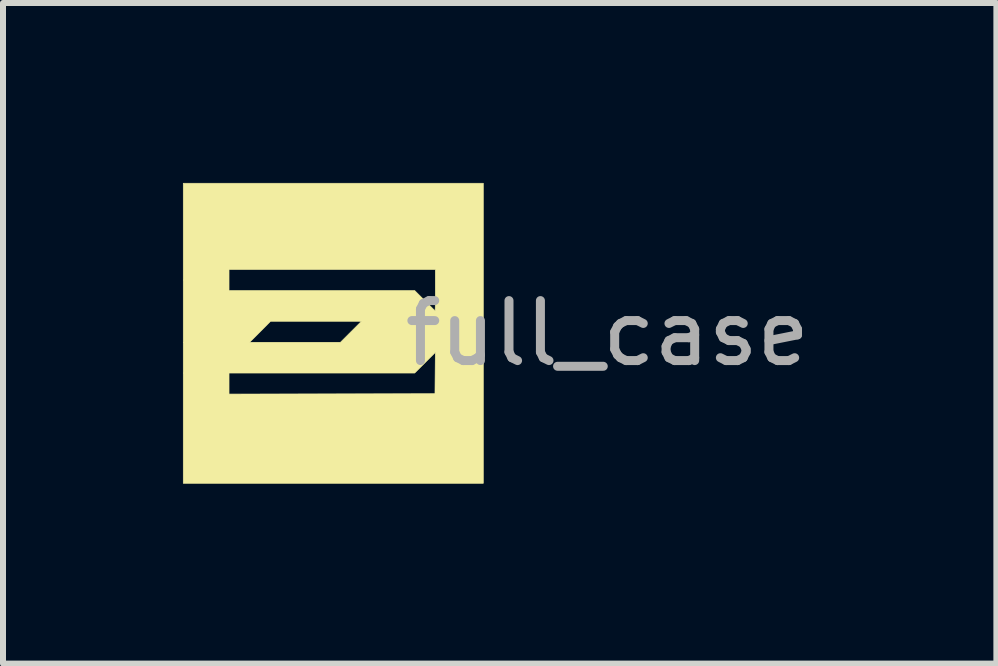
<source format=kicad_pcb>
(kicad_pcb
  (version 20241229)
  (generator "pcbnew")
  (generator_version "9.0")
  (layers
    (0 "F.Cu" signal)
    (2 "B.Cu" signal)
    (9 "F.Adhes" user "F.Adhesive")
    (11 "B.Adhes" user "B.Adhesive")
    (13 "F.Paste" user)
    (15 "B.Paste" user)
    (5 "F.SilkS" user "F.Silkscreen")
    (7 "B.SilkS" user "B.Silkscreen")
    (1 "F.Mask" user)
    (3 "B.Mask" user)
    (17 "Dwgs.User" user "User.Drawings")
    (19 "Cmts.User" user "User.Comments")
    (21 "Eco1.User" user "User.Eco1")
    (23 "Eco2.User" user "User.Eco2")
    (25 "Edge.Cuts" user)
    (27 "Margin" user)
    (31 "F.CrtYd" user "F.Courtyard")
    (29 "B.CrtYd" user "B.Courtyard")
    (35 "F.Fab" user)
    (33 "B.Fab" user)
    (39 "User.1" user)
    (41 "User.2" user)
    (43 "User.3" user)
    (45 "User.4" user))
  (footprint "full_case"
    (layer "F.Cu")
    (at 2.506 2.506)
    (property "Reference" "full_case" (at 4.572 0 0) (layer "F.Fab") (effects (font (size 1 1) (thickness 0.15))))
    (attr exclude_from_pos_files exclude_from_bom)
    (fp_poly (pts (xy 2.501 0) (xy 2.501 2.501) (xy 0 2.501) (xy -2.501 2.501) (xy -2.501 1.013) (xy -1.738 1.013) (xy -0.022 1.01) (xy 1.695 1.007) (xy 1.698 0.663) (xy 1.701 0.319) (xy 1.529 0.491) (xy 1.357 0.663) (xy -0.191 0.663) (xy -1.738 0.663) (xy -1.738 0.838) (xy -1.738 1.013) (xy -2.501 1.013) (xy -2.501 0.15) (xy -1.394 0.15) (xy -0.637 0.15) (xy 0.119 0.15) (xy 0.294 -0.025) (xy 0.469 -0.2) (xy -0.288 -0.2) (xy -1.045 -0.2) (xy -1.219 -0.025) (xy -1.394 0.15) (xy -2.501 0.15) (xy -2.501 0) (xy -2.501 -1.063) (xy -1.738 -1.063) (xy -1.738 -0.888) (xy -1.738 -0.713) (xy -0.191 -0.713) (xy 1.357 -0.713) (xy 1.526 -0.544) (xy 1.578 -0.491) (xy 1.625 -0.446) (xy 1.662 -0.409) (xy 1.687 -0.385) (xy 1.697 -0.375) (xy 1.698 -0.375) (xy 1.698 -0.387) (xy 1.699 -0.421) (xy 1.7 -0.473) (xy 1.7 -0.541) (xy 1.701 -0.621) (xy 1.701 -0.71) (xy 1.701 -0.719) (xy 1.701 -1.063) (xy -0.019 -1.063) (xy -1.738 -1.063) (xy -2.501 -1.063) (xy -2.501 -2.501) (xy 0 -2.501) (xy 2.501 -2.501)) (stroke (width 0.01) (type solid)) (fill yes) (layer "F.SilkS")))
  (gr_rect
    (start -3 -3)
    (end 13.56 8.012)
    (stroke (width 0.1) (type default))
    (fill no)
    (layer "Edge.Cuts")))
</source>
